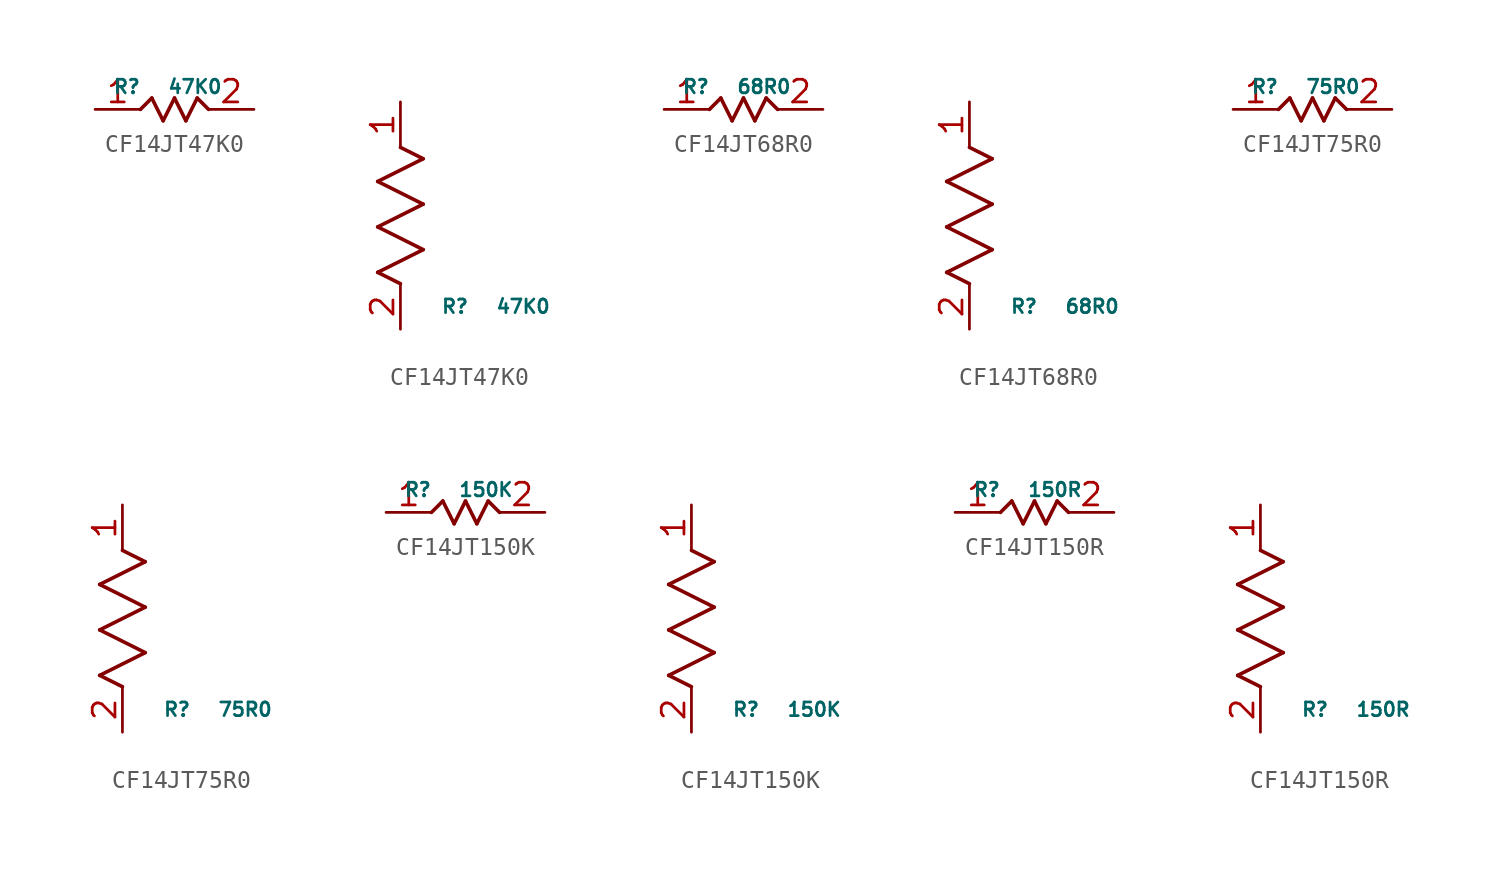
<source format=kicad_sym>
(kicad_symbol_lib
  (version 20241209)
  (generator "kicad_symbol_editor")
  (generator_version "9.0")
  (symbol "CF14JT47K0"
    (pin_names
      (offset 0.254))
    (property "Reference" "R"
      (at 3.048 1.27 0)
      (effects (font (size 0.762 0.762))))
    (property "Value" "47K0"
      (at 6.858 1.27 0)
      (effects (font (size 0.762 0.762))))
    (symbol "CF14JT47K0_1_1"
      (polyline (pts (xy 3.81 0) (xy 4.445 0.635)) (stroke (width 0.203) (type default)) (fill (type none)))
      (polyline (pts (xy 4.445 0.635) (xy 5.08 -0.635)) (stroke (width 0.203) (type default)) (fill (type none)))
      (polyline (pts (xy 5.08 -0.635) (xy 5.715 0.635)) (stroke (width 0.203) (type default)) (fill (type none)))
      (polyline (pts (xy 5.715 0.635) (xy 6.35 -0.635)) (stroke (width 0.203) (type default)) (fill (type none)))
      (polyline (pts (xy 6.35 -0.635) (xy 6.985 0.635)) (stroke (width 0.203) (type default)) (fill (type none)))
      (polyline (pts (xy 6.985 0.635) (xy 7.62 0)) (stroke (width 0.203) (type default)) (fill (type none)))
      (pin unspecified line (at 1.27 0 0) (length 2.54) (name "" (effects (font (size 1.27 1.27)))) (number "1" (effects (font (size 1.27 1.27)))))
      (pin unspecified line (at 10.16 0 180) (length 2.54) (name "" (effects (font (size 1.27 1.27)))) (number "2" (effects (font (size 1.27 1.27))))))
    (symbol "CF14JT47K0_1_2"
      (polyline (pts (xy -1.27 8.255) (xy 1.27 9.525)) (stroke (width 0.203) (type default)) (fill (type none)))
      (polyline (pts (xy -1.27 5.715) (xy 1.27 6.985)) (stroke (width 0.203) (type default)) (fill (type none)))
      (polyline (pts (xy -1.27 3.175) (xy 1.27 4.445)) (stroke (width 0.203) (type default)) (fill (type none)))
      (polyline (pts (xy 0 2.54) (xy -1.27 3.175)) (stroke (width 0.203) (type default)) (fill (type none)))
      (polyline (pts (xy 1.27 9.525) (xy 0 10.16)) (stroke (width 0.203) (type default)) (fill (type none)))
      (polyline (pts (xy 1.27 6.985) (xy -1.27 8.255)) (stroke (width 0.203) (type default)) (fill (type none)))
      (polyline (pts (xy 1.27 4.445) (xy -1.27 5.715)) (stroke (width 0.203) (type default)) (fill (type none)))
      (pin unspecified line (at 0 12.7 270) (length 2.54) (name "" (effects (font (size 1.27 1.27)))) (number "1" (effects (font (size 1.27 1.27)))))
      (pin unspecified line (at 0 0 90) (length 2.54) (name "" (effects (font (size 1.27 1.27)))) (number "2" (effects (font (size 1.27 1.27)))))))
  (symbol "CF14JT68R0"
    (pin_names
      (offset 0.254))
    (property "Reference" "R"
      (at 3.048 1.27 0)
      (effects (font (size 0.762 0.762))))
    (property "Value" "68R0"
      (at 6.858 1.27 0)
      (effects (font (size 0.762 0.762))))
    (symbol "CF14JT68R0_1_1"
      (polyline (pts (xy 3.81 0) (xy 4.445 0.635)) (stroke (width 0.203) (type default)) (fill (type none)))
      (polyline (pts (xy 4.445 0.635) (xy 5.08 -0.635)) (stroke (width 0.203) (type default)) (fill (type none)))
      (polyline (pts (xy 5.08 -0.635) (xy 5.715 0.635)) (stroke (width 0.203) (type default)) (fill (type none)))
      (polyline (pts (xy 5.715 0.635) (xy 6.35 -0.635)) (stroke (width 0.203) (type default)) (fill (type none)))
      (polyline (pts (xy 6.35 -0.635) (xy 6.985 0.635)) (stroke (width 0.203) (type default)) (fill (type none)))
      (polyline (pts (xy 6.985 0.635) (xy 7.62 0)) (stroke (width 0.203) (type default)) (fill (type none)))
      (pin unspecified line (at 1.27 0 0) (length 2.54) (name "" (effects (font (size 1.27 1.27)))) (number "1" (effects (font (size 1.27 1.27)))))
      (pin unspecified line (at 10.16 0 180) (length 2.54) (name "" (effects (font (size 1.27 1.27)))) (number "2" (effects (font (size 1.27 1.27))))))
    (symbol "CF14JT68R0_1_2"
      (polyline (pts (xy -1.27 8.255) (xy 1.27 9.525)) (stroke (width 0.203) (type default)) (fill (type none)))
      (polyline (pts (xy -1.27 5.715) (xy 1.27 6.985)) (stroke (width 0.203) (type default)) (fill (type none)))
      (polyline (pts (xy -1.27 3.175) (xy 1.27 4.445)) (stroke (width 0.203) (type default)) (fill (type none)))
      (polyline (pts (xy 0 2.54) (xy -1.27 3.175)) (stroke (width 0.203) (type default)) (fill (type none)))
      (polyline (pts (xy 1.27 9.525) (xy 0 10.16)) (stroke (width 0.203) (type default)) (fill (type none)))
      (polyline (pts (xy 1.27 6.985) (xy -1.27 8.255)) (stroke (width 0.203) (type default)) (fill (type none)))
      (polyline (pts (xy 1.27 4.445) (xy -1.27 5.715)) (stroke (width 0.203) (type default)) (fill (type none)))
      (pin unspecified line (at 0 12.7 270) (length 2.54) (name "" (effects (font (size 1.27 1.27)))) (number "1" (effects (font (size 1.27 1.27)))))
      (pin unspecified line (at 0 0 90) (length 2.54) (name "" (effects (font (size 1.27 1.27)))) (number "2" (effects (font (size 1.27 1.27)))))))
  (symbol "CF14JT75R0"
    (pin_names
      (offset 0.254))
    (property "Reference" "R"
      (at 3.048 1.27 0)
      (effects (font (size 0.762 0.762))))
    (property "Value" "75R0"
      (at 6.858 1.27 0)
      (effects (font (size 0.762 0.762))))
    (symbol "CF14JT75R0_1_1"
      (polyline (pts (xy 3.81 0) (xy 4.445 0.635)) (stroke (width 0.203) (type default)) (fill (type none)))
      (polyline (pts (xy 4.445 0.635) (xy 5.08 -0.635)) (stroke (width 0.203) (type default)) (fill (type none)))
      (polyline (pts (xy 5.08 -0.635) (xy 5.715 0.635)) (stroke (width 0.203) (type default)) (fill (type none)))
      (polyline (pts (xy 5.715 0.635) (xy 6.35 -0.635)) (stroke (width 0.203) (type default)) (fill (type none)))
      (polyline (pts (xy 6.35 -0.635) (xy 6.985 0.635)) (stroke (width 0.203) (type default)) (fill (type none)))
      (polyline (pts (xy 6.985 0.635) (xy 7.62 0)) (stroke (width 0.203) (type default)) (fill (type none)))
      (pin unspecified line (at 1.27 0 0) (length 2.54) (name "" (effects (font (size 1.27 1.27)))) (number "1" (effects (font (size 1.27 1.27)))))
      (pin unspecified line (at 10.16 0 180) (length 2.54) (name "" (effects (font (size 1.27 1.27)))) (number "2" (effects (font (size 1.27 1.27))))))
    (symbol "CF14JT75R0_1_2"
      (polyline (pts (xy -1.27 8.255) (xy 1.27 9.525)) (stroke (width 0.203) (type default)) (fill (type none)))
      (polyline (pts (xy -1.27 5.715) (xy 1.27 6.985)) (stroke (width 0.203) (type default)) (fill (type none)))
      (polyline (pts (xy -1.27 3.175) (xy 1.27 4.445)) (stroke (width 0.203) (type default)) (fill (type none)))
      (polyline (pts (xy 0 2.54) (xy -1.27 3.175)) (stroke (width 0.203) (type default)) (fill (type none)))
      (polyline (pts (xy 1.27 9.525) (xy 0 10.16)) (stroke (width 0.203) (type default)) (fill (type none)))
      (polyline (pts (xy 1.27 6.985) (xy -1.27 8.255)) (stroke (width 0.203) (type default)) (fill (type none)))
      (polyline (pts (xy 1.27 4.445) (xy -1.27 5.715)) (stroke (width 0.203) (type default)) (fill (type none)))
      (pin unspecified line (at 0 12.7 270) (length 2.54) (name "" (effects (font (size 1.27 1.27)))) (number "1" (effects (font (size 1.27 1.27)))))
      (pin unspecified line (at 0 0 90) (length 2.54) (name "" (effects (font (size 1.27 1.27)))) (number "2" (effects (font (size 1.27 1.27)))))))
  (symbol "CF14JT150K"
    (pin_names
      (offset 0.254))
    (property "Reference" "R"
      (at 3.048 1.27 0)
      (effects (font (size 0.762 0.762))))
    (property "Value" "150K"
      (at 6.858 1.27 0)
      (effects (font (size 0.762 0.762))))
    (symbol "CF14JT150K_1_1"
      (polyline (pts (xy 3.81 0) (xy 4.445 0.635)) (stroke (width 0.203) (type default)) (fill (type none)))
      (polyline (pts (xy 4.445 0.635) (xy 5.08 -0.635)) (stroke (width 0.203) (type default)) (fill (type none)))
      (polyline (pts (xy 5.08 -0.635) (xy 5.715 0.635)) (stroke (width 0.203) (type default)) (fill (type none)))
      (polyline (pts (xy 5.715 0.635) (xy 6.35 -0.635)) (stroke (width 0.203) (type default)) (fill (type none)))
      (polyline (pts (xy 6.35 -0.635) (xy 6.985 0.635)) (stroke (width 0.203) (type default)) (fill (type none)))
      (polyline (pts (xy 6.985 0.635) (xy 7.62 0)) (stroke (width 0.203) (type default)) (fill (type none)))
      (pin unspecified line (at 1.27 0 0) (length 2.54) (name "" (effects (font (size 1.27 1.27)))) (number "1" (effects (font (size 1.27 1.27)))))
      (pin unspecified line (at 10.16 0 180) (length 2.54) (name "" (effects (font (size 1.27 1.27)))) (number "2" (effects (font (size 1.27 1.27))))))
    (symbol "CF14JT150K_1_2"
      (polyline (pts (xy -1.27 8.255) (xy 1.27 9.525)) (stroke (width 0.203) (type default)) (fill (type none)))
      (polyline (pts (xy -1.27 5.715) (xy 1.27 6.985)) (stroke (width 0.203) (type default)) (fill (type none)))
      (polyline (pts (xy -1.27 3.175) (xy 1.27 4.445)) (stroke (width 0.203) (type default)) (fill (type none)))
      (polyline (pts (xy 0 2.54) (xy -1.27 3.175)) (stroke (width 0.203) (type default)) (fill (type none)))
      (polyline (pts (xy 1.27 9.525) (xy 0 10.16)) (stroke (width 0.203) (type default)) (fill (type none)))
      (polyline (pts (xy 1.27 6.985) (xy -1.27 8.255)) (stroke (width 0.203) (type default)) (fill (type none)))
      (polyline (pts (xy 1.27 4.445) (xy -1.27 5.715)) (stroke (width 0.203) (type default)) (fill (type none)))
      (pin unspecified line (at 0 12.7 270) (length 2.54) (name "" (effects (font (size 1.27 1.27)))) (number "1" (effects (font (size 1.27 1.27)))))
      (pin unspecified line (at 0 0 90) (length 2.54) (name "" (effects (font (size 1.27 1.27)))) (number "2" (effects (font (size 1.27 1.27)))))))
  (symbol "CF14JT150R"
    (pin_names
      (offset 0.254))
    (property "Reference" "R"
      (at 3.048 1.27 0)
      (effects (font (size 0.762 0.762))))
    (property "Value" "150R"
      (at 6.858 1.27 0)
      (effects (font (size 0.762 0.762))))
    (symbol "CF14JT150R_1_1"
      (polyline (pts (xy 3.81 0) (xy 4.445 0.635)) (stroke (width 0.203) (type default)) (fill (type none)))
      (polyline (pts (xy 4.445 0.635) (xy 5.08 -0.635)) (stroke (width 0.203) (type default)) (fill (type none)))
      (polyline (pts (xy 5.08 -0.635) (xy 5.715 0.635)) (stroke (width 0.203) (type default)) (fill (type none)))
      (polyline (pts (xy 5.715 0.635) (xy 6.35 -0.635)) (stroke (width 0.203) (type default)) (fill (type none)))
      (polyline (pts (xy 6.35 -0.635) (xy 6.985 0.635)) (stroke (width 0.203) (type default)) (fill (type none)))
      (polyline (pts (xy 6.985 0.635) (xy 7.62 0)) (stroke (width 0.203) (type default)) (fill (type none)))
      (pin unspecified line (at 1.27 0 0) (length 2.54) (name "" (effects (font (size 1.27 1.27)))) (number "1" (effects (font (size 1.27 1.27)))))
      (pin unspecified line (at 10.16 0 180) (length 2.54) (name "" (effects (font (size 1.27 1.27)))) (number "2" (effects (font (size 1.27 1.27))))))
    (symbol "CF14JT150R_1_2"
      (polyline (pts (xy -1.27 8.255) (xy 1.27 9.525)) (stroke (width 0.203) (type default)) (fill (type none)))
      (polyline (pts (xy -1.27 5.715) (xy 1.27 6.985)) (stroke (width 0.203) (type default)) (fill (type none)))
      (polyline (pts (xy -1.27 3.175) (xy 1.27 4.445)) (stroke (width 0.203) (type default)) (fill (type none)))
      (polyline (pts (xy 0 2.54) (xy -1.27 3.175)) (stroke (width 0.203) (type default)) (fill (type none)))
      (polyline (pts (xy 1.27 9.525) (xy 0 10.16)) (stroke (width 0.203) (type default)) (fill (type none)))
      (polyline (pts (xy 1.27 6.985) (xy -1.27 8.255)) (stroke (width 0.203) (type default)) (fill (type none)))
      (polyline (pts (xy 1.27 4.445) (xy -1.27 5.715)) (stroke (width 0.203) (type default)) (fill (type none)))
      (pin unspecified line (at 0 12.7 270) (length 2.54) (name "" (effects (font (size 1.27 1.27)))) (number "1" (effects (font (size 1.27 1.27)))))
      (pin unspecified line (at 0 0 90) (length 2.54) (name "" (effects (font (size 1.27 1.27)))) (number "2" (effects (font (size 1.27 1.27))))))))
</source>
